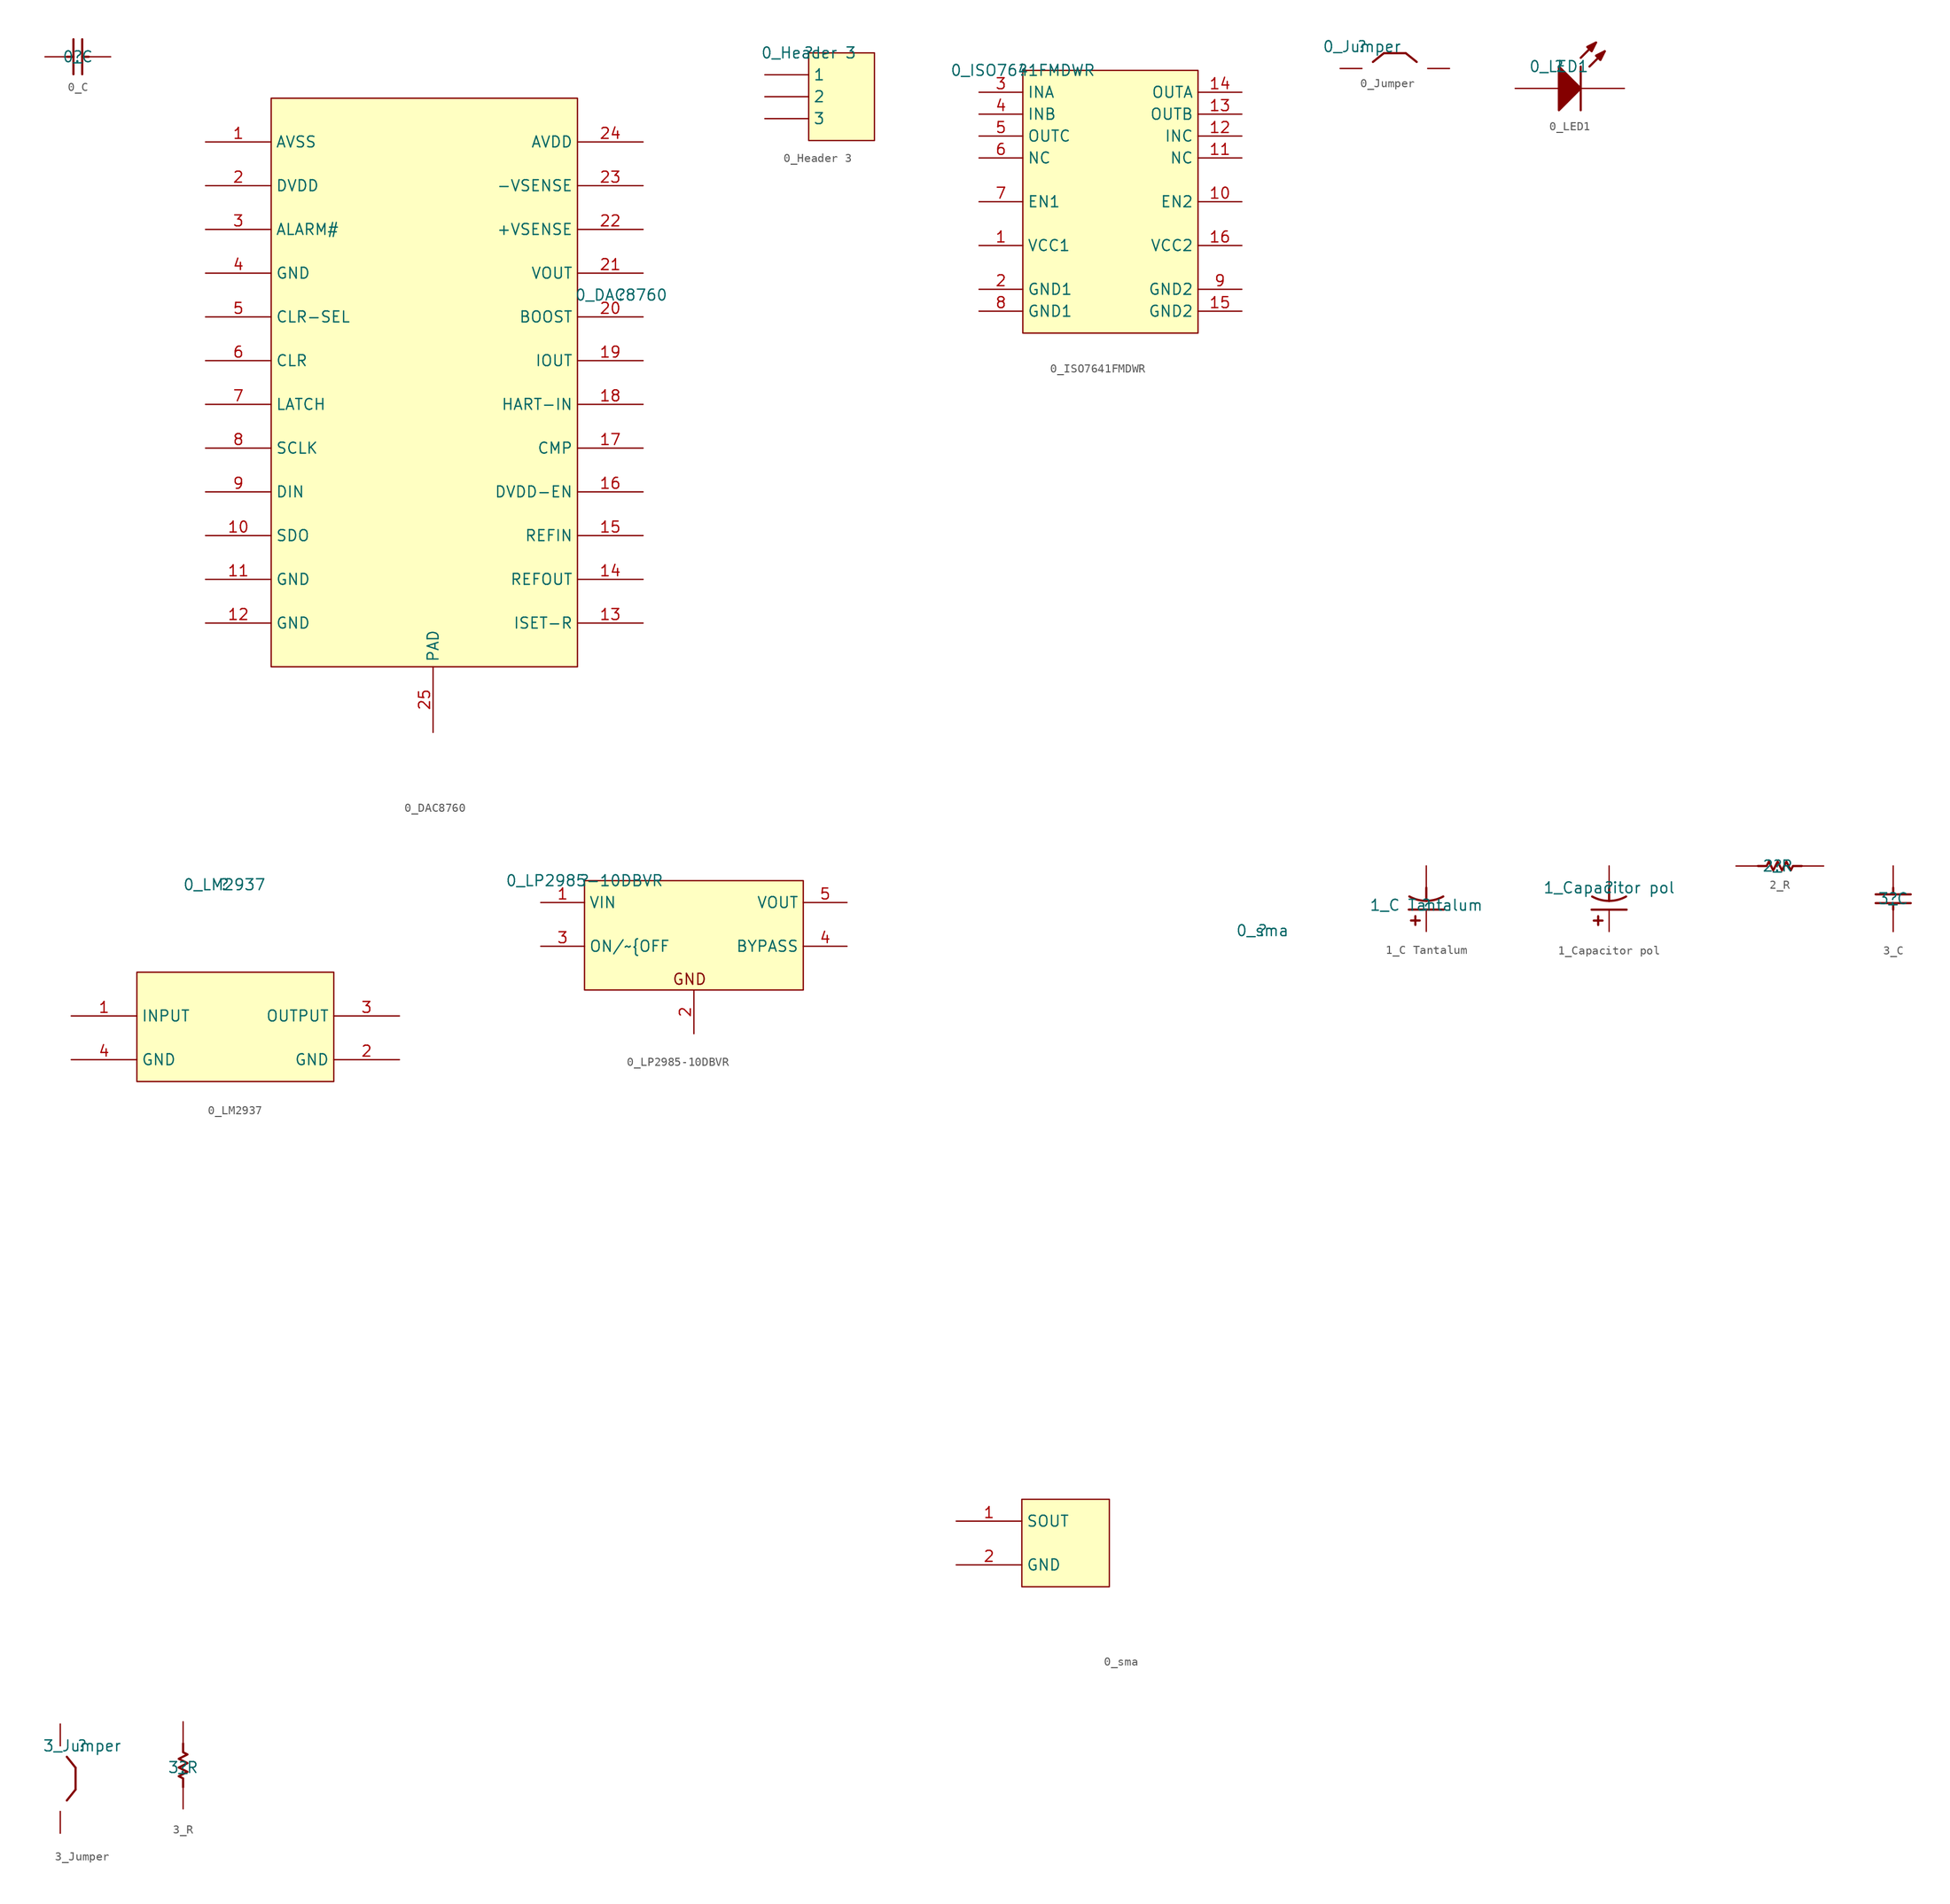
<source format=kicad_sym>
(kicad_symbol_lib
  (version 20211014)
  (generator kicad_symbol_editor)
  (symbol "0_C"
    (property "Reference" ""
      (at 0 0 0)
      (effects (font (size 1.27 1.27))))
    (property "Value" "0_C"
      (at 0 0 0)
      (effects (font (size 1.27 1.27))))
    (symbol "0_C_1_0"
      (polyline (pts (xy -1.27 0) (xy -0.508 0)) (stroke (width 0.254) (type default) (color 0 0 0 0)) (fill (type none)))
      (polyline (pts (xy -0.508 -2.032) (xy -0.508 2.032)) (stroke (width 0.254) (type default) (color 0 0 0 0)) (fill (type none)))
      (polyline (pts (xy 0.508 2.032) (xy 0.508 -2.032)) (stroke (width 0.254) (type default) (color 0 0 0 0)) (fill (type none)))
      (polyline (pts (xy 1.27 0) (xy 0.508 0)) (stroke (width 0.254) (type default) (color 0 0 0 0)) (fill (type none)))
      (pin passive line (at -3.81 0 0) (length 2.54) (name "1" (effects (font (size 0 0)))) (number "1" (effects (font (size 0 0)))))
      (pin passive line (at 3.81 0 180) (length 2.54) (name "2" (effects (font (size 0 0)))) (number "2" (effects (font (size 0 0)))))))
  (symbol "0_DAC8760"
    (property "Reference" ""
      (at 0 0 0)
      (effects (font (size 1.27 1.27))))
    (property "Value" "0_DAC8760"
      (at 0 0 0)
      (effects (font (size 1.27 1.27))))
    (symbol "0_DAC8760_1_0"
      (rectangle (start -5.08 22.86) (end -40.64 -43.18) (stroke (width 0) (type default) (color 0 0 0 0)) (fill (type background)))
      (pin passive line (at -48.26 17.78 0) (length 7.62) (name "AVSS" (effects (font (size 1.27 1.27)))) (number "1" (effects (font (size 1.27 1.27)))))
      (pin passive line (at -48.26 -27.94 0) (length 7.62) (name "SDO" (effects (font (size 1.27 1.27)))) (number "10" (effects (font (size 1.27 1.27)))))
      (pin passive line (at -48.26 -33.02 0) (length 7.62) (name "GND" (effects (font (size 1.27 1.27)))) (number "11" (effects (font (size 1.27 1.27)))))
      (pin passive line (at -48.26 -38.1 0) (length 7.62) (name "GND" (effects (font (size 1.27 1.27)))) (number "12" (effects (font (size 1.27 1.27)))))
      (pin passive line (at 2.54 -38.1 180) (length 7.62) (name "ISET-R" (effects (font (size 1.27 1.27)))) (number "13" (effects (font (size 1.27 1.27)))))
      (pin passive line (at 2.54 -33.02 180) (length 7.62) (name "REFOUT" (effects (font (size 1.27 1.27)))) (number "14" (effects (font (size 1.27 1.27)))))
      (pin passive line (at 2.54 -27.94 180) (length 7.62) (name "REFIN" (effects (font (size 1.27 1.27)))) (number "15" (effects (font (size 1.27 1.27)))))
      (pin passive line (at 2.54 -22.86 180) (length 7.62) (name "DVDD-EN" (effects (font (size 1.27 1.27)))) (number "16" (effects (font (size 1.27 1.27)))))
      (pin passive line (at 2.54 -17.78 180) (length 7.62) (name "CMP" (effects (font (size 1.27 1.27)))) (number "17" (effects (font (size 1.27 1.27)))))
      (pin passive line (at 2.54 -12.7 180) (length 7.62) (name "HART-IN" (effects (font (size 1.27 1.27)))) (number "18" (effects (font (size 1.27 1.27)))))
      (pin passive line (at 2.54 -7.62 180) (length 7.62) (name "IOUT" (effects (font (size 1.27 1.27)))) (number "19" (effects (font (size 1.27 1.27)))))
      (pin passive line (at -48.26 12.7 0) (length 7.62) (name "DVDD" (effects (font (size 1.27 1.27)))) (number "2" (effects (font (size 1.27 1.27)))))
      (pin passive line (at 2.54 -2.54 180) (length 7.62) (name "BOOST" (effects (font (size 1.27 1.27)))) (number "20" (effects (font (size 1.27 1.27)))))
      (pin passive line (at 2.54 2.54 180) (length 7.62) (name "VOUT" (effects (font (size 1.27 1.27)))) (number "21" (effects (font (size 1.27 1.27)))))
      (pin passive line (at 2.54 7.62 180) (length 7.62) (name "+VSENSE" (effects (font (size 1.27 1.27)))) (number "22" (effects (font (size 1.27 1.27)))))
      (pin passive line (at 2.54 12.7 180) (length 7.62) (name "-VSENSE" (effects (font (size 1.27 1.27)))) (number "23" (effects (font (size 1.27 1.27)))))
      (pin passive line (at 2.54 17.78 180) (length 7.62) (name "AVDD" (effects (font (size 1.27 1.27)))) (number "24" (effects (font (size 1.27 1.27)))))
      (pin passive line (at -21.844 -50.8 90) (length 7.62) (name "PAD" (effects (font (size 1.27 1.27)))) (number "25" (effects (font (size 1.27 1.27)))))
      (pin passive line (at -48.26 7.62 0) (length 7.62) (name "ALARM#" (effects (font (size 1.27 1.27)))) (number "3" (effects (font (size 1.27 1.27)))))
      (pin passive line (at -48.26 2.54 0) (length 7.62) (name "GND" (effects (font (size 1.27 1.27)))) (number "4" (effects (font (size 1.27 1.27)))))
      (pin passive line (at -48.26 -2.54 0) (length 7.62) (name "CLR-SEL" (effects (font (size 1.27 1.27)))) (number "5" (effects (font (size 1.27 1.27)))))
      (pin passive line (at -48.26 -7.62 0) (length 7.62) (name "CLR" (effects (font (size 1.27 1.27)))) (number "6" (effects (font (size 1.27 1.27)))))
      (pin passive line (at -48.26 -12.7 0) (length 7.62) (name "LATCH" (effects (font (size 1.27 1.27)))) (number "7" (effects (font (size 1.27 1.27)))))
      (pin passive line (at -48.26 -17.78 0) (length 7.62) (name "SCLK" (effects (font (size 1.27 1.27)))) (number "8" (effects (font (size 1.27 1.27)))))
      (pin passive line (at -48.26 -22.86 0) (length 7.62) (name "DIN" (effects (font (size 1.27 1.27)))) (number "9" (effects (font (size 1.27 1.27)))))))
  (symbol "0_Header 3"
    (property "Reference" ""
      (at 0 0 0)
      (effects (font (size 1.27 1.27))))
    (property "Value" "0_Header 3"
      (at 0 0 0)
      (effects (font (size 1.27 1.27))))
    (symbol "0_Header 3_1_0"
      (rectangle (start 7.62 0) (end 0 -10.16) (stroke (width 0) (type default) (color 0 0 0 0)) (fill (type background)))
      (pin passive line (at -5.08 -2.54 0) (length 5.08) (name "1" (effects (font (size 1.27 1.27)))) (number "1" (effects (font (size 0 0)))))
      (pin passive line (at -5.08 -5.08 0) (length 5.08) (name "2" (effects (font (size 1.27 1.27)))) (number "2" (effects (font (size 0 0)))))
      (pin passive line (at -5.08 -7.62 0) (length 5.08) (name "3" (effects (font (size 1.27 1.27)))) (number "3" (effects (font (size 0 0)))))))
  (symbol "0_ISO7641FMDWR"
    (property "Reference" ""
      (at 0 0 0)
      (effects (font (size 1.27 1.27))))
    (property "Value" "0_ISO7641FMDWR"
      (at 0 0 0)
      (effects (font (size 1.27 1.27))))
    (symbol "0_ISO7641FMDWR_1_0"
      (rectangle (start 20.32 0) (end 0 -30.48) (stroke (width 0) (type default) (color 0 0 0 0)) (fill (type background)))
      (pin power_in line (at -5.08 -20.32 0) (length 5.08) (name "VCC1" (effects (font (size 1.27 1.27)))) (number "1" (effects (font (size 1.27 1.27)))))
      (pin input line (at 25.4 -15.24 180) (length 5.08) (name "EN2" (effects (font (size 1.27 1.27)))) (number "10" (effects (font (size 1.27 1.27)))))
      (pin tri_state line (at 25.4 -10.16 180) (length 5.08) (name "NC" (effects (font (size 1.27 1.27)))) (number "11" (effects (font (size 1.27 1.27)))))
      (pin input line (at 25.4 -7.62 180) (length 5.08) (name "INC" (effects (font (size 1.27 1.27)))) (number "12" (effects (font (size 1.27 1.27)))))
      (pin tri_state line (at 25.4 -5.08 180) (length 5.08) (name "OUTB" (effects (font (size 1.27 1.27)))) (number "13" (effects (font (size 1.27 1.27)))))
      (pin tri_state line (at 25.4 -2.54 180) (length 5.08) (name "OUTA" (effects (font (size 1.27 1.27)))) (number "14" (effects (font (size 1.27 1.27)))))
      (pin power_in line (at 25.4 -27.94 180) (length 5.08) (name "GND2" (effects (font (size 1.27 1.27)))) (number "15" (effects (font (size 1.27 1.27)))))
      (pin power_in line (at 25.4 -20.32 180) (length 5.08) (name "VCC2" (effects (font (size 1.27 1.27)))) (number "16" (effects (font (size 1.27 1.27)))))
      (pin power_in line (at -5.08 -25.4 0) (length 5.08) (name "GND1" (effects (font (size 1.27 1.27)))) (number "2" (effects (font (size 1.27 1.27)))))
      (pin input line (at -5.08 -2.54 0) (length 5.08) (name "INA" (effects (font (size 1.27 1.27)))) (number "3" (effects (font (size 1.27 1.27)))))
      (pin input line (at -5.08 -5.08 0) (length 5.08) (name "INB" (effects (font (size 1.27 1.27)))) (number "4" (effects (font (size 1.27 1.27)))))
      (pin tri_state line (at -5.08 -7.62 0) (length 5.08) (name "OUTC" (effects (font (size 1.27 1.27)))) (number "5" (effects (font (size 1.27 1.27)))))
      (pin tri_state line (at -5.08 -10.16 0) (length 5.08) (name "NC" (effects (font (size 1.27 1.27)))) (number "6" (effects (font (size 1.27 1.27)))))
      (pin input line (at -5.08 -15.24 0) (length 5.08) (name "EN1" (effects (font (size 1.27 1.27)))) (number "7" (effects (font (size 1.27 1.27)))))
      (pin power_in line (at -5.08 -27.94 0) (length 5.08) (name "GND1" (effects (font (size 1.27 1.27)))) (number "8" (effects (font (size 1.27 1.27)))))
      (pin power_in line (at 25.4 -25.4 180) (length 5.08) (name "GND2" (effects (font (size 1.27 1.27)))) (number "9" (effects (font (size 1.27 1.27)))))))
  (symbol "0_Jumper"
    (property "Reference" ""
      (at 0 0 0)
      (effects (font (size 1.27 1.27))))
    (property "Value" "0_Jumper"
      (at 0 0 0)
      (effects (font (size 1.27 1.27))))
    (symbol "0_Jumper_1_0"
      (polyline (pts (xy 1.27 -1.778) (xy 2.54 -0.762)) (stroke (width 0.254) (type default) (color 0 0 0 0)) (fill (type none)))
      (polyline (pts (xy 5.08 -0.762) (xy 2.54 -0.762)) (stroke (width 0.254) (type default) (color 0 0 0 0)) (fill (type none)))
      (polyline (pts (xy 5.08 -0.762) (xy 6.35 -1.778)) (stroke (width 0.254) (type default) (color 0 0 0 0)) (fill (type none)))
      (pin passive line (at -2.54 -2.54 0) (length 2.54) (name "C1" (effects (font (size 0 0)))) (number "1" (effects (font (size 0 0)))))
      (pin passive line (at 10.16 -2.54 180) (length 2.54) (name "C2" (effects (font (size 0 0)))) (number "2" (effects (font (size 0 0)))))))
  (symbol "0_LED1"
    (property "Reference" ""
      (at 0 0 0)
      (effects (font (size 1.27 1.27))))
    (property "Value" "0_LED1"
      (at 0 0 0)
      (effects (font (size 1.27 1.27))))
    (symbol "0_LED1_1_0"
      (polyline (pts (xy 2.54 0) (xy 2.54 -5.08)) (stroke (width 0.254) (type default) (color 0 0 0 0)) (fill (type none)))
      (polyline (pts (xy 2.54 1.016) (xy 4.318 2.794)) (stroke (width 0.254) (type default) (color 0 0 0 0)) (fill (type none)))
      (polyline (pts (xy 3.556 0) (xy 5.334 1.778)) (stroke (width 0.254) (type default) (color 0 0 0 0)) (fill (type none)))
      (polyline (pts (xy 0 -5.08) (xy 2.54 -2.54) (xy 0 0) (xy 0 -5.08)) (stroke (width 0.254) (type default) (color 0 0 0 0)) (fill (type outline)))
      (polyline (pts (xy 4.318 2.794) (xy 3.302 2.286) (xy 3.81 1.778) (xy 4.318 2.794)) (stroke (width 0.254) (type default) (color 0 0 0 0)) (fill (type outline)))
      (polyline (pts (xy 5.334 1.778) (xy 4.318 1.27) (xy 4.826 0.762) (xy 5.334 1.778)) (stroke (width 0.254) (type default) (color 0 0 0 0)) (fill (type outline)))
      (pin passive line (at -5.08 -2.54 0) (length 5.08) (name "A" (effects (font (size 0 0)))) (number "1" (effects (font (size 0 0)))))
      (pin passive line (at 7.62 -2.54 180) (length 5.08) (name "K" (effects (font (size 0 0)))) (number "2" (effects (font (size 0 0)))))))
  (symbol "0_LM2937"
    (property "Reference" ""
      (at 0 0 0)
      (effects (font (size 1.27 1.27))))
    (property "Value" "0_LM2937"
      (at 0 0 0)
      (effects (font (size 1.27 1.27))))
    (symbol "0_LM2937_1_0"
      (rectangle (start 12.7 -10.16) (end -10.16 -22.86) (stroke (width 0) (type default) (color 0 0 0 0)) (fill (type background)))
      (pin power_in line (at -17.78 -15.24 0) (length 7.62) (name "INPUT" (effects (font (size 1.27 1.27)))) (number "1" (effects (font (size 1.27 1.27)))))
      (pin power_in line (at 20.32 -20.32 180) (length 7.62) (name "GND" (effects (font (size 1.27 1.27)))) (number "2" (effects (font (size 1.27 1.27)))))
      (pin power_in line (at 20.32 -15.24 180) (length 7.62) (name "OUTPUT" (effects (font (size 1.27 1.27)))) (number "3" (effects (font (size 1.27 1.27)))))
      (pin power_in line (at -17.78 -20.32 0) (length 7.62) (name "GND" (effects (font (size 1.27 1.27)))) (number "4" (effects (font (size 1.27 1.27)))))))
  (symbol "0_LP2985-10DBVR"
    (property "Reference" ""
      (at 0 0 0)
      (effects (font (size 1.27 1.27))))
    (property "Value" "0_LP2985-10DBVR"
      (at 0 0 0)
      (effects (font (size 1.27 1.27))))
    (symbol "0_LP2985-10DBVR_1_0"
      (rectangle (start 25.4 0) (end 0 -12.7) (stroke (width 0) (type default) (color 0 0 0 0)) (fill (type background)))
      (text "GND" (at 10.16 -12.192 0) (effects (font (size 1.27 1.27)) (justify left bottom)))
      (pin power_in line (at -5.08 -2.54 0) (length 5.08) (name "VIN" (effects (font (size 1.27 1.27)))) (number "1" (effects (font (size 1.27 1.27)))))
      (pin power_in line (at 12.7 -17.78 90) (length 5.08) (name "GND" (effects (font (size 0 0)))) (number "2" (effects (font (size 1.27 1.27)))))
      (pin input line (at -5.08 -7.62 0) (length 5.08) (name "ON/~{OFF" (effects (font (size 1.27 1.27)))) (number "3" (effects (font (size 1.27 1.27)))))
      (pin passive line (at 30.48 -7.62 180) (length 5.08) (name "BYPASS" (effects (font (size 1.27 1.27)))) (number "4" (effects (font (size 1.27 1.27)))))
      (pin power_in line (at 30.48 -2.54 180) (length 5.08) (name "VOUT" (effects (font (size 1.27 1.27)))) (number "5" (effects (font (size 1.27 1.27)))))))
  (symbol "0_sma"
    (property "Reference" ""
      (at 0 0 0)
      (effects (font (size 1.27 1.27))))
    (property "Value" "0_sma"
      (at 0 0 0)
      (effects (font (size 1.27 1.27))))
    (symbol "0_sma_1_0"
      (rectangle (start -17.78 -66.04) (end -27.94 -76.2) (stroke (width 0) (type default) (color 0 0 0 0)) (fill (type background)))
      (pin passive line (at -35.56 -68.58 0) (length 7.62) (name "SOUT" (effects (font (size 1.27 1.27)))) (number "1" (effects (font (size 1.27 1.27)))))
      (pin passive line (at -35.56 -73.66 0) (length 7.62) (name "GND" (effects (font (size 1.27 1.27)))) (number "2" (effects (font (size 1.27 1.27)))))))
  (symbol "1_C Tantalum"
    (property "Reference" ""
      (at 0 0 0)
      (effects (font (size 1.27 1.27))))
    (property "Value" "1_C Tantalum"
      (at 0 0 0)
      (effects (font (size 1.27 1.27))))
    (symbol "1_C Tantalum_1_0"
      (arc (start -1.9703 1.0175) (mid -1.0176 0.6374) (end 0 0.508) (stroke (width 0.254) (type default) (color 0 0 0 0)) (fill (type none)))
      (polyline (pts (xy -1.27 -1.27) (xy -1.27 -2.286)) (stroke (width 0.254) (type default) (color 0 0 0 0)) (fill (type none)))
      (polyline (pts (xy -0.762 -1.778) (xy -1.778 -1.778)) (stroke (width 0.254) (type default) (color 0 0 0 0)) (fill (type none)))
      (polyline (pts (xy 0 0.508) (xy 0 2.032)) (stroke (width 0.254) (type default) (color 0 0 0 0)) (fill (type none)))
      (polyline (pts (xy 2.032 -0.508) (xy -2.032 -0.508)) (stroke (width 0.254) (type default) (color 0 0 0 0)) (fill (type none)))
      (arc (start 0 0.508) (mid 1.0175 0.6374) (end 1.9703 1.0175) (stroke (width 0.254) (type default) (color 0 0 0 0)) (fill (type none)))
      (pin passive line (at 0 -3.048 90) (length 2.54) (name "1" (effects (font (size 0 0)))) (number "1" (effects (font (size 0 0)))))
      (pin passive line (at 0 4.572 270) (length 2.54) (name "2" (effects (font (size 0 0)))) (number "2" (effects (font (size 0 0)))))))
  (symbol "1_Capacitor pol"
    (property "Reference" ""
      (at 0 0 0)
      (effects (font (size 1.27 1.27))))
    (property "Value" "1_Capacitor pol"
      (at 0 0 0)
      (effects (font (size 1.27 1.27))))
    (symbol "1_Capacitor pol_1_0"
      (arc (start -1.9703 -1.0145) (mid -1.0176 -1.3946) (end 0 -1.524) (stroke (width 0.254) (type default) (color 0 0 0 0)) (fill (type none)))
      (arc (start 0 -1.524) (mid 1.0175 -1.3946) (end 1.9703 -1.0145) (stroke (width 0.254) (type default) (color 0 0 0 0)) (fill (type none)))
      (polyline (pts (xy -1.27 -3.302) (xy -1.27 -4.318)) (stroke (width 0.254) (type default) (color 0 0 0 0)) (fill (type none)))
      (polyline (pts (xy -0.762 -3.81) (xy -1.778 -3.81)) (stroke (width 0.254) (type default) (color 0 0 0 0)) (fill (type none)))
      (polyline (pts (xy 0 -1.524) (xy 0 0)) (stroke (width 0.254) (type default) (color 0 0 0 0)) (fill (type none)))
      (polyline (pts (xy 2.032 -2.54) (xy -2.032 -2.54)) (stroke (width 0.254) (type default) (color 0 0 0 0)) (fill (type none)))
      (pin passive line (at 0 -5.08 90) (length 2.54) (name "1" (effects (font (size 0 0)))) (number "1" (effects (font (size 0 0)))))
      (pin passive line (at 0 2.54 270) (length 2.54) (name "2" (effects (font (size 0 0)))) (number "2" (effects (font (size 0 0)))))))
  (symbol "2_R"
    (property "Reference" ""
      (at 0 0 0)
      (effects (font (size 1.27 1.27))))
    (property "Value" "2_R"
      (at 0 0 0)
      (effects (font (size 1.27 1.27))))
    (symbol "2_R_1_0"
      (polyline (pts (xy -2.286 0) (xy -1.27 0) (xy -1.016 0.508) (xy -0.508 -0.508) (xy 0 0.508) (xy 0.508 -0.508) (xy 1.016 0.508) (xy 1.524 -0.508) (xy 1.778 0) (xy 2.794 0)) (stroke (width 0.254) (type default) (color 0 0 0 0)) (fill (type none)))
      (pin passive line (at 5.334 0 180) (length 2.54) (name "1" (effects (font (size 0 0)))) (number "1" (effects (font (size 0 0)))))
      (pin passive line (at -4.826 0 0) (length 2.54) (name "2" (effects (font (size 0 0)))) (number "2" (effects (font (size 0 0)))))))
  (symbol "3_C"
    (property "Reference" ""
      (at 0 0 0)
      (effects (font (size 1.27 1.27))))
    (property "Value" "3_C"
      (at 0 0 0)
      (effects (font (size 1.27 1.27))))
    (symbol "3_C_1_0"
      (polyline (pts (xy -2.032 0.508) (xy 2.032 0.508)) (stroke (width 0.254) (type default) (color 0 0 0 0)) (fill (type none)))
      (polyline (pts (xy 0 -1.27) (xy 0 -0.508)) (stroke (width 0.254) (type default) (color 0 0 0 0)) (fill (type none)))
      (polyline (pts (xy 0 1.27) (xy 0 0.508)) (stroke (width 0.254) (type default) (color 0 0 0 0)) (fill (type none)))
      (polyline (pts (xy 2.032 -0.508) (xy -2.032 -0.508)) (stroke (width 0.254) (type default) (color 0 0 0 0)) (fill (type none)))
      (pin passive line (at 0 3.81 270) (length 2.54) (name "1" (effects (font (size 0 0)))) (number "1" (effects (font (size 0 0)))))
      (pin passive line (at 0 -3.81 90) (length 2.54) (name "2" (effects (font (size 0 0)))) (number "2" (effects (font (size 0 0)))))))
  (symbol "3_Jumper"
    (property "Reference" ""
      (at 0 0 0)
      (effects (font (size 1.27 1.27))))
    (property "Value" "3_Jumper"
      (at 0 0 0)
      (effects (font (size 1.27 1.27))))
    (symbol "3_Jumper_1_0"
      (polyline (pts (xy -1.778 -1.27) (xy -0.762 -2.54)) (stroke (width 0.254) (type default) (color 0 0 0 0)) (fill (type none)))
      (polyline (pts (xy -0.762 -5.08) (xy -1.778 -6.35)) (stroke (width 0.254) (type default) (color 0 0 0 0)) (fill (type none)))
      (polyline (pts (xy -0.762 -5.08) (xy -0.762 -2.54)) (stroke (width 0.254) (type default) (color 0 0 0 0)) (fill (type none)))
      (pin passive line (at -2.54 2.54 270) (length 2.54) (name "C1" (effects (font (size 0 0)))) (number "1" (effects (font (size 0 0)))))
      (pin passive line (at -2.54 -10.16 90) (length 2.54) (name "C2" (effects (font (size 0 0)))) (number "2" (effects (font (size 0 0)))))))
  (symbol "3_R"
    (property "Reference" ""
      (at 0 0 0)
      (effects (font (size 1.27 1.27))))
    (property "Value" "3_R"
      (at 0 0 0)
      (effects (font (size 1.27 1.27))))
    (symbol "3_R_1_0"
      (polyline (pts (xy 0 -2.286) (xy 0 -1.27) (xy -0.508 -1.016) (xy 0.508 -0.508) (xy -0.508 0) (xy 0.508 0.508) (xy -0.508 1.016) (xy 0.508 1.524) (xy 0 1.778) (xy 0 2.794)) (stroke (width 0.254) (type default) (color 0 0 0 0)) (fill (type none)))
      (pin passive line (at 0 5.334 270) (length 2.54) (name "1" (effects (font (size 0 0)))) (number "1" (effects (font (size 0 0)))))
      (pin passive line (at 0 -4.826 90) (length 2.54) (name "2" (effects (font (size 0 0)))) (number "2" (effects (font (size 0 0))))))))
</source>
